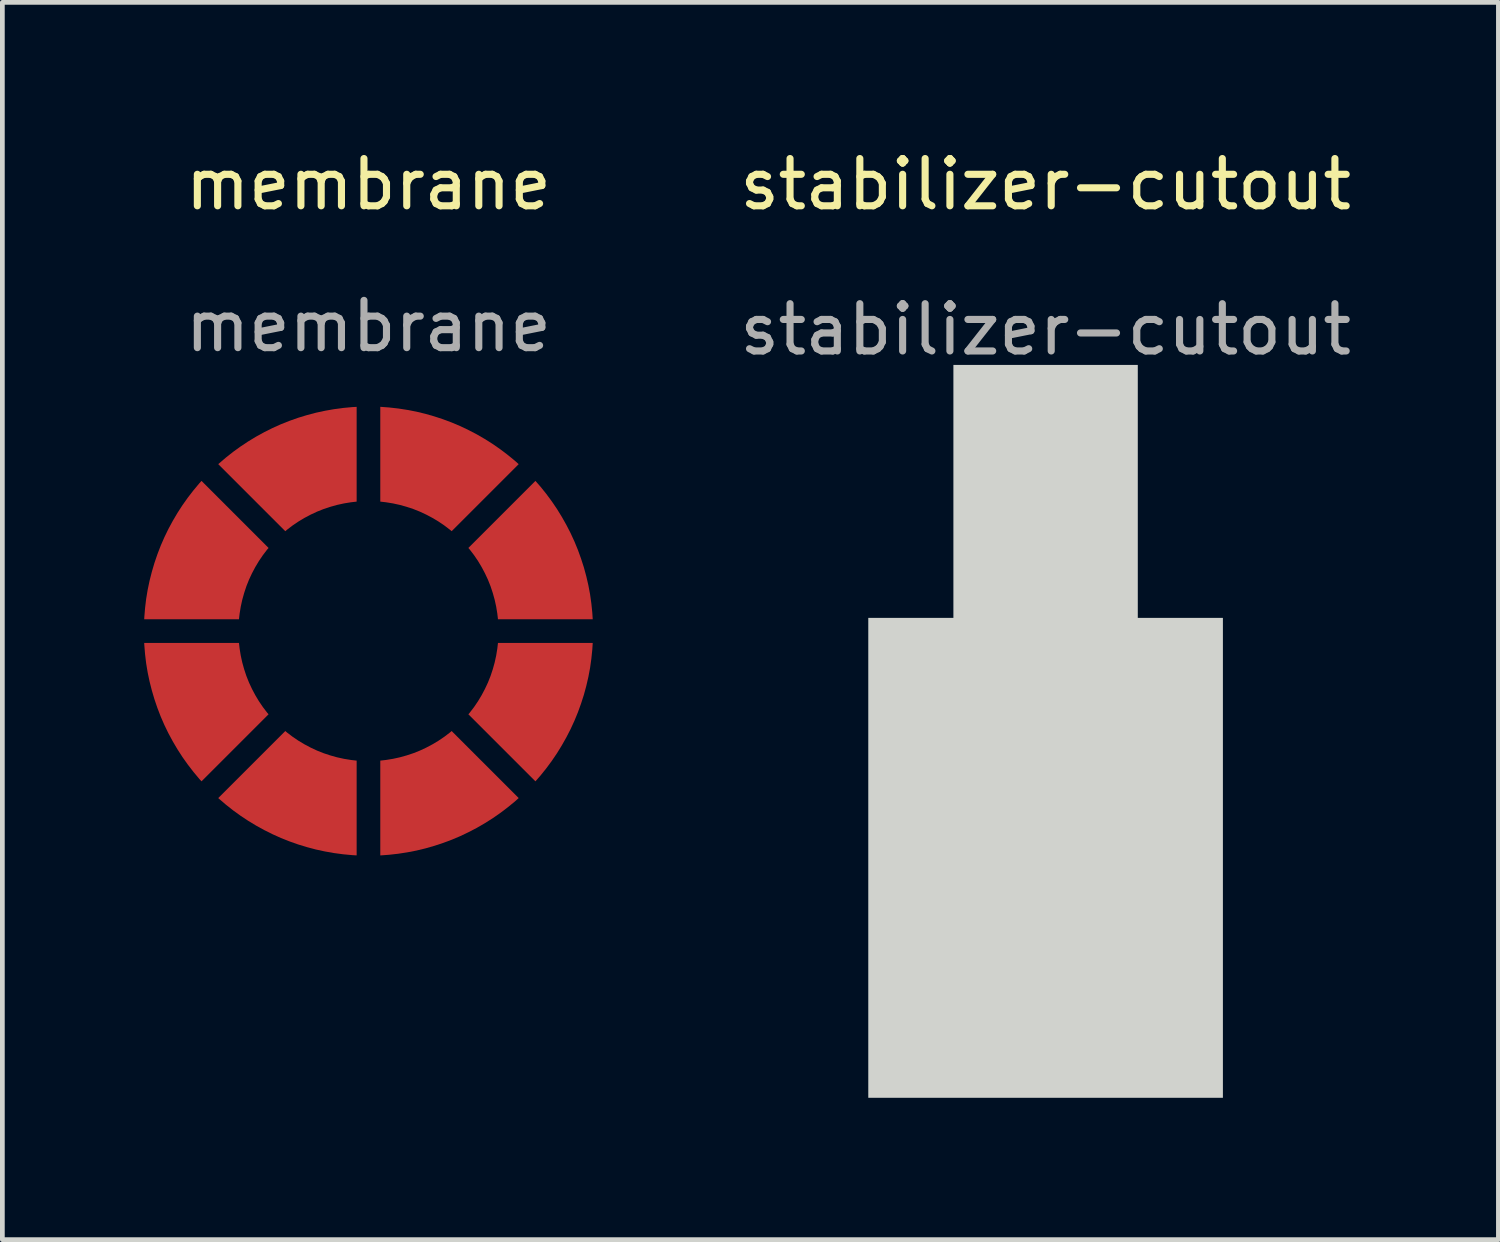
<source format=kicad_pcb>
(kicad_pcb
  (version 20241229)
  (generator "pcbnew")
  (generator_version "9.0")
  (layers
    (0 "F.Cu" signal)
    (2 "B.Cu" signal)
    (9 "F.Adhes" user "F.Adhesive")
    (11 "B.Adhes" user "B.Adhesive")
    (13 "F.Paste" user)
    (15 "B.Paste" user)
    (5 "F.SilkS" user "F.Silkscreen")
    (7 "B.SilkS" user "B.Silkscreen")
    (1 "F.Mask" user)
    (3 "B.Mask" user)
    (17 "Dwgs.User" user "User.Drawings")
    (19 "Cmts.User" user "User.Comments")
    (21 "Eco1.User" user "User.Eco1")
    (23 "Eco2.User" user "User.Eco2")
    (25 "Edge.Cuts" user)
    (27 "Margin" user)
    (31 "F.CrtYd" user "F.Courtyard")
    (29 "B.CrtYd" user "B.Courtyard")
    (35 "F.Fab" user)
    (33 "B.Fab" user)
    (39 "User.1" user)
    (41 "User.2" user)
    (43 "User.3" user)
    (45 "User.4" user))
  (footprint "membrane"
    (layer "F.Cu")
    (at 4.743 10.298)
    (property "Reference" "membrane" (at 0 -9.45 0) (unlocked yes) (layer "F.SilkS") (effects (font (size 1 1) (thickness 0.15))))
    (attr smd)
    (fp_poly (pts (xy 0.438 -4.73) (xy 0.632 -4.708) (xy 0.825 -4.678) (xy 1.016 -4.641) (xy 1.206 -4.595) (xy 1.394 -4.541) (xy 1.579 -4.48) (xy 1.761 -4.412) (xy 1.941 -4.336) (xy 2.117 -4.252) (xy 2.29 -4.162) (xy 2.459 -4.064) (xy 2.624 -3.96) (xy 2.784 -3.849) (xy 2.94 -3.731) (xy 3.091 -3.608) (xy 3.177 -3.531) (xy 1.759 -2.113) (xy 1.723 -2.144) (xy 1.605 -2.234) (xy 1.481 -2.318) (xy 1.354 -2.394) (xy 1.222 -2.464) (xy 1.087 -2.527) (xy 0.949 -2.582) (xy 0.807 -2.629) (xy 0.664 -2.669) (xy 0.518 -2.701) (xy 0.371 -2.725) (xy 0.25 -2.739) (xy 0.25 -4.744)) (stroke (width 0) (type default)) (fill yes) (layer "F.Cu"))
    (fp_poly (pts (xy 3.177 3.531) (xy 3.091 3.608) (xy 2.94 3.731) (xy 2.784 3.849) (xy 2.624 3.96) (xy 2.459 4.064) (xy 2.29 4.162) (xy 2.117 4.252) (xy 1.941 4.336) (xy 1.761 4.412) (xy 1.579 4.48) (xy 1.394 4.541) (xy 1.206 4.595) (xy 1.016 4.641) (xy 0.825 4.678) (xy 0.632 4.708) (xy 0.438 4.73) (xy 0.25 4.744) (xy 0.25 2.739) (xy 0.371 2.725) (xy 0.518 2.701) (xy 0.664 2.669) (xy 0.807 2.629) (xy 0.949 2.582) (xy 1.087 2.527) (xy 1.222 2.464) (xy 1.354 2.394) (xy 1.481 2.318) (xy 1.605 2.234) (xy 1.723 2.144) (xy 1.759 2.113)) (stroke (width 0) (type default)) (fill yes) (layer "F.Cu"))
    (fp_poly (pts (xy 3.639 -3.054) (xy 3.761 -2.902) (xy 3.877 -2.745) (xy 3.987 -2.583) (xy 4.089 -2.417) (xy 4.185 -2.247) (xy 4.274 -2.074) (xy 4.356 -1.896) (xy 4.43 -1.716) (xy 4.496 -1.533) (xy 4.556 -1.347) (xy 4.607 -1.159) (xy 4.651 -0.969) (xy 4.687 -0.777) (xy 4.714 -0.584) (xy 4.734 -0.39) (xy 4.743 -0.25) (xy 2.739 -0.25) (xy 2.725 -0.371) (xy 2.701 -0.518) (xy 2.669 -0.664) (xy 2.629 -0.807) (xy 2.582 -0.949) (xy 2.527 -1.087) (xy 2.464 -1.222) (xy 2.394 -1.354) (xy 2.318 -1.481) (xy 2.234 -1.605) (xy 2.144 -1.723) (xy 2.113 -1.759) (xy 3.531 -3.177)) (stroke (width 0) (type default)) (fill yes) (layer "F.Cu"))
    (fp_poly (pts (xy 4.734 0.39) (xy 4.714 0.584) (xy 4.687 0.777) (xy 4.651 0.969) (xy 4.607 1.159) (xy 4.556 1.347) (xy 4.496 1.533) (xy 4.43 1.716) (xy 4.356 1.896) (xy 4.274 2.074) (xy 4.185 2.247) (xy 4.089 2.417) (xy 3.987 2.583) (xy 3.877 2.745) (xy 3.761 2.902) (xy 3.639 3.054) (xy 3.531 3.177) (xy 2.113 1.759) (xy 2.144 1.723) (xy 2.234 1.605) (xy 2.318 1.481) (xy 2.394 1.354) (xy 2.464 1.222) (xy 2.527 1.087) (xy 2.582 0.949) (xy 2.629 0.807) (xy 2.669 0.664) (xy 2.701 0.518) (xy 2.725 0.371) (xy 2.739 0.25) (xy 4.743 0.25)) (stroke (width 0) (type default)) (fill yes) (layer "F.Cu"))
    (fp_poly (pts (xy -2.725 0.371) (xy -2.701 0.518) (xy -2.669 0.664) (xy -2.629 0.807) (xy -2.582 0.949) (xy -2.527 1.087) (xy -2.464 1.222) (xy -2.394 1.354) (xy -2.318 1.481) (xy -2.234 1.605) (xy -2.144 1.723) (xy -2.113 1.759) (xy -3.531 3.177) (xy -3.576 3.128) (xy -3.701 2.978) (xy -3.82 2.824) (xy -3.933 2.665) (xy -4.039 2.501) (xy -4.138 2.333) (xy -4.231 2.161) (xy -4.316 1.986) (xy -4.394 1.807) (xy -4.464 1.625) (xy -4.527 1.44) (xy -4.582 1.253) (xy -4.63 1.064) (xy -4.67 0.873) (xy -4.702 0.68) (xy -4.725 0.487) (xy -4.741 0.292) (xy -4.743 0.25) (xy -2.739 0.25)) (stroke (width 0) (type default)) (fill yes) (layer "F.Cu"))
    (fp_poly (pts (xy -2.113 -1.759) (xy -2.144 -1.723) (xy -2.234 -1.605) (xy -2.318 -1.481) (xy -2.394 -1.354) (xy -2.464 -1.222) (xy -2.527 -1.087) (xy -2.582 -0.949) (xy -2.629 -0.807) (xy -2.669 -0.664) (xy -2.701 -0.518) (xy -2.725 -0.371) (xy -2.739 -0.25) (xy -4.743 -0.25) (xy -4.741 -0.292) (xy -4.725 -0.487) (xy -4.702 -0.68) (xy -4.67 -0.873) (xy -4.63 -1.064) (xy -4.582 -1.253) (xy -4.527 -1.44) (xy -4.464 -1.625) (xy -4.394 -1.807) (xy -4.316 -1.986) (xy -4.231 -2.161) (xy -4.138 -2.333) (xy -4.039 -2.501) (xy -3.933 -2.665) (xy -3.82 -2.824) (xy -3.701 -2.978) (xy -3.576 -3.128) (xy -3.531 -3.177)) (stroke (width 0) (type default)) (fill yes) (layer "F.Cu"))
    (fp_poly (pts (xy -1.723 2.144) (xy -1.605 2.234) (xy -1.481 2.318) (xy -1.354 2.394) (xy -1.222 2.464) (xy -1.087 2.527) (xy -0.949 2.582) (xy -0.807 2.629) (xy -0.664 2.669) (xy -0.518 2.701) (xy -0.371 2.725) (xy -0.25 2.739) (xy -0.25 4.743) (xy -0.341 4.738) (xy -0.535 4.72) (xy -0.729 4.694) (xy -0.921 4.66) (xy -1.111 4.619) (xy -1.3 4.569) (xy -1.487 4.512) (xy -1.671 4.447) (xy -1.852 4.375) (xy -2.03 4.295) (xy -2.204 4.208) (xy -2.375 4.114) (xy -2.542 4.013) (xy -2.705 3.905) (xy -2.863 3.791) (xy -3.016 3.67) (xy -3.164 3.543) (xy -3.177 3.531) (xy -1.759 2.113)) (stroke (width 0) (type default)) (fill yes) (layer "F.Cu"))
    (fp_poly (pts (xy -0.25 -2.739) (xy -0.371 -2.725) (xy -0.518 -2.701) (xy -0.664 -2.669) (xy -0.807 -2.629) (xy -0.949 -2.582) (xy -1.087 -2.527) (xy -1.222 -2.464) (xy -1.354 -2.394) (xy -1.481 -2.318) (xy -1.605 -2.234) (xy -1.723 -2.144) (xy -1.759 -2.113) (xy -3.177 -3.531) (xy -3.164 -3.543) (xy -3.016 -3.67) (xy -2.863 -3.791) (xy -2.705 -3.905) (xy -2.542 -4.013) (xy -2.375 -4.114) (xy -2.204 -4.208) (xy -2.03 -4.295) (xy -1.852 -4.375) (xy -1.671 -4.447) (xy -1.487 -4.512) (xy -1.3 -4.569) (xy -1.111 -4.619) (xy -0.921 -4.66) (xy -0.729 -4.694) (xy -0.535 -4.72) (xy -0.341 -4.738) (xy -0.25 -4.743)) (stroke (width 0) (type default)) (fill yes) (layer "F.Cu"))
    (fp_text user "${REFERENCE}" (at 0 -6.45 0) (unlocked yes) (layer "F.Fab") (effects (font (size 1 1) (thickness 0.15)))))
  (footprint "stabilizer-cutout"
    (layer "F.Cu")
    (at 19.064 12.418)
    (property "Reference" "stabilizer-cutout" (at 0 -11.57 0) (unlocked yes) (layer "F.SilkS") (effects (font (size 1 1) (thickness 0.15))))
    (attr smd)
    (fp_poly (pts (xy 1.95 -2.4) (xy 1.95 -7.75) (xy -1.95 -7.75) (xy -1.95 -2.4) (xy -3.75 -2.4) (xy -3.75 7.75) (xy 3.75 7.75) (xy 3.75 -2.4)) (stroke (width 0) (type solid)) (fill yes) (layer "Edge.Cuts"))
    (fp_text user "${REFERENCE}" (at 0 -8.5 0) (unlocked yes) (layer "F.Fab") (effects (font (size 1 1) (thickness 0.15)))))
  (gr_rect
    (start -3 -3)
    (end 28.641 23.168)
    (stroke (width 0.1) (type default))
    (fill no)
    (layer "Edge.Cuts")))
</source>
